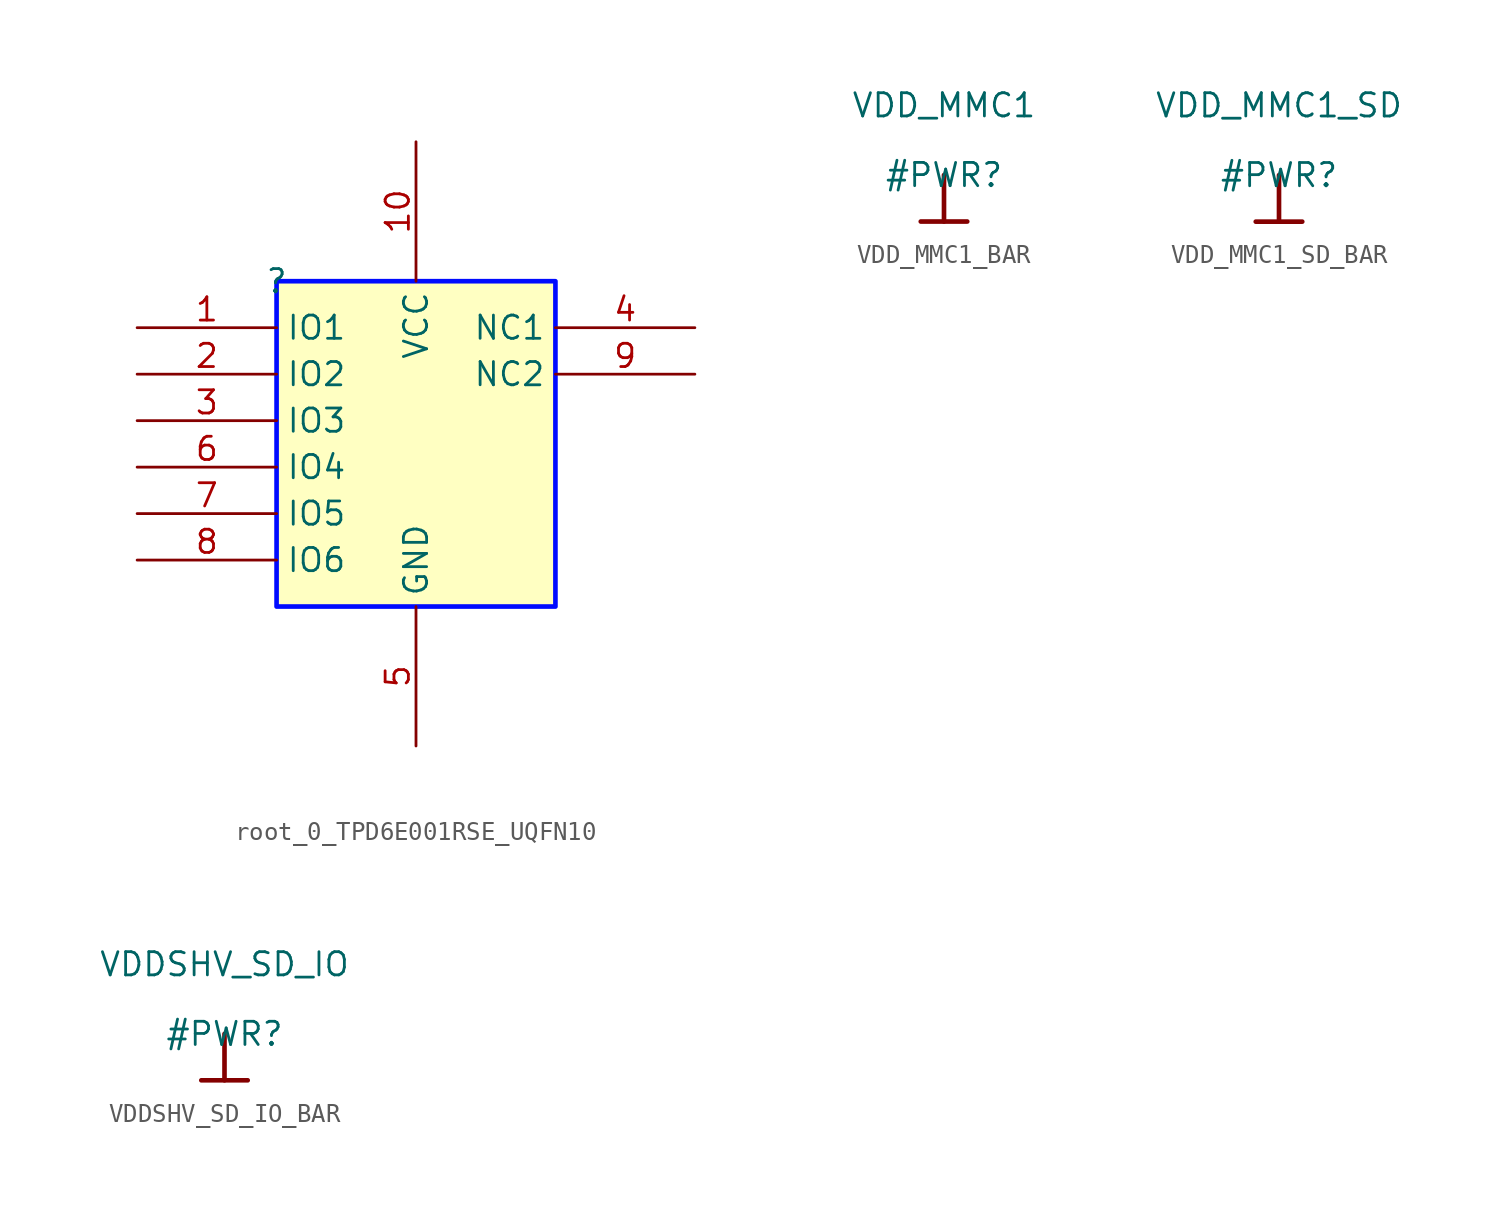
<source format=kicad_sym>
(kicad_symbol_lib
  (version 20231120)
  (generator "kicad_symbol_editor")
  (generator_version "8.0")
  (symbol "root_0_TPD6E001RSE_UQFN10"
    (property "Reference" ""
      (at 0 0 0)
      (effects (font (size 1.27 1.27))))
    (property "Value" ""
      (at 0 0 0)
      (effects (font (size 1.27 1.27))))
    (symbol "root_0_TPD6E001RSE_UQFN10_1_0"
      (rectangle (start 15.24 0) (end 0 -17.78) (stroke (width 0.254) (type solid) (color 0 11 255 1)) (fill (type background)))
      (pin bidirectional line (at -7.62 -2.54 0) (length 7.62) (name "IO1" (effects (font (size 1.27 1.27)))) (number "1" (effects (font (size 1.27 1.27)))))
      (pin power_in line (at 7.62 7.62 270) (length 7.62) (name "VCC" (effects (font (size 1.27 1.27)))) (number "10" (effects (font (size 1.27 1.27)))))
      (pin bidirectional line (at -7.62 -5.08 0) (length 7.62) (name "IO2" (effects (font (size 1.27 1.27)))) (number "2" (effects (font (size 1.27 1.27)))))
      (pin bidirectional line (at -7.62 -7.62 0) (length 7.62) (name "IO3" (effects (font (size 1.27 1.27)))) (number "3" (effects (font (size 1.27 1.27)))))
      (pin passive line (at 22.86 -2.54 180) (length 7.62) (name "NC1" (effects (font (size 1.27 1.27)))) (number "4" (effects (font (size 1.27 1.27)))))
      (pin power_in line (at 7.62 -25.4 90) (length 7.62) (name "GND" (effects (font (size 1.27 1.27)))) (number "5" (effects (font (size 1.27 1.27)))))
      (pin bidirectional line (at -7.62 -10.16 0) (length 7.62) (name "IO4" (effects (font (size 1.27 1.27)))) (number "6" (effects (font (size 1.27 1.27)))))
      (pin bidirectional line (at -7.62 -12.7 0) (length 7.62) (name "IO5" (effects (font (size 1.27 1.27)))) (number "7" (effects (font (size 1.27 1.27)))))
      (pin bidirectional line (at -7.62 -15.24 0) (length 7.62) (name "IO6" (effects (font (size 1.27 1.27)))) (number "8" (effects (font (size 1.27 1.27)))))
      (pin passive line (at 22.86 -5.08 180) (length 7.62) (name "NC2" (effects (font (size 1.27 1.27)))) (number "9" (effects (font (size 1.27 1.27)))))))
  (symbol "VDD_MMC1_BAR"
    (power)
    (property "Reference" "#PWR"
      (at 0 0 0)
      (effects (font (size 1.27 1.27))))
    (property "Value" "VDD_MMC1"
      (at 0 3.81 0)
      (effects (font (size 1.27 1.27))))
    (symbol "VDD_MMC1_BAR_0_0"
      (polyline (pts (xy -1.27 -2.54) (xy 1.27 -2.54)) (stroke (width 0.254) (type solid)) (fill (type none)))
      (polyline (pts (xy 0 0) (xy 0 -2.54)) (stroke (width 0.254) (type solid)) (fill (type none)))
      (pin power_in line (at 0 0 0) (length 0) hide (name "VDD_MMC1" (effects (font (size 1.27 1.27)))) (number "" (effects (font (size 1.27 1.27)))))))
  (symbol "VDD_MMC1_SD_BAR"
    (power)
    (property "Reference" "#PWR"
      (at 0 0 0)
      (effects (font (size 1.27 1.27))))
    (property "Value" "VDD_MMC1_SD"
      (at 0 3.81 0)
      (effects (font (size 1.27 1.27))))
    (symbol "VDD_MMC1_SD_BAR_0_0"
      (polyline (pts (xy -1.27 -2.54) (xy 1.27 -2.54)) (stroke (width 0.254) (type solid)) (fill (type none)))
      (polyline (pts (xy 0 0) (xy 0 -2.54)) (stroke (width 0.254) (type solid)) (fill (type none)))
      (pin power_in line (at 0 0 0) (length 0) hide (name "VDD_MMC1_SD" (effects (font (size 1.27 1.27)))) (number "" (effects (font (size 1.27 1.27)))))))
  (symbol "VDDSHV_SD_IO_BAR"
    (power)
    (property "Reference" "#PWR"
      (at 0 0 0)
      (effects (font (size 1.27 1.27))))
    (property "Value" "VDDSHV_SD_IO"
      (at 0 3.81 0)
      (effects (font (size 1.27 1.27))))
    (symbol "VDDSHV_SD_IO_BAR_0_0"
      (polyline (pts (xy -1.27 -2.54) (xy 1.27 -2.54)) (stroke (width 0.254) (type solid)) (fill (type none)))
      (polyline (pts (xy 0 0) (xy 0 -2.54)) (stroke (width 0.254) (type solid)) (fill (type none)))
      (pin power_in line (at 0 0 0) (length 0) hide (name "VDDSHV_SD_IO" (effects (font (size 1.27 1.27)))) (number "" (effects (font (size 1.27 1.27))))))))
</source>
